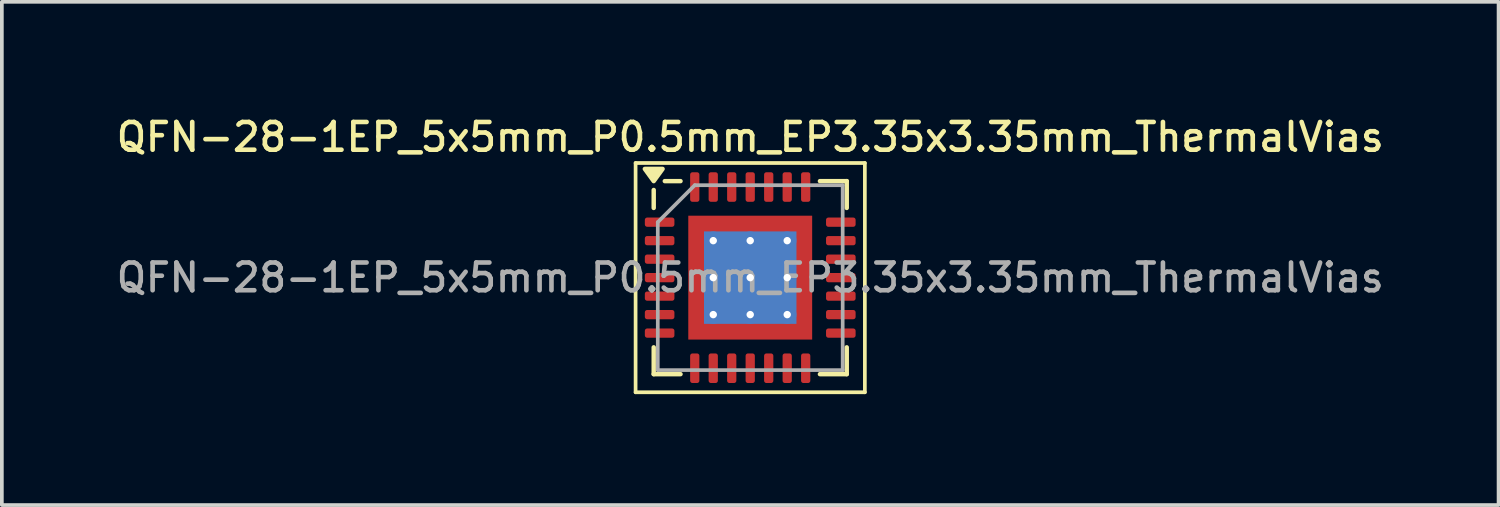
<source format=kicad_pcb>
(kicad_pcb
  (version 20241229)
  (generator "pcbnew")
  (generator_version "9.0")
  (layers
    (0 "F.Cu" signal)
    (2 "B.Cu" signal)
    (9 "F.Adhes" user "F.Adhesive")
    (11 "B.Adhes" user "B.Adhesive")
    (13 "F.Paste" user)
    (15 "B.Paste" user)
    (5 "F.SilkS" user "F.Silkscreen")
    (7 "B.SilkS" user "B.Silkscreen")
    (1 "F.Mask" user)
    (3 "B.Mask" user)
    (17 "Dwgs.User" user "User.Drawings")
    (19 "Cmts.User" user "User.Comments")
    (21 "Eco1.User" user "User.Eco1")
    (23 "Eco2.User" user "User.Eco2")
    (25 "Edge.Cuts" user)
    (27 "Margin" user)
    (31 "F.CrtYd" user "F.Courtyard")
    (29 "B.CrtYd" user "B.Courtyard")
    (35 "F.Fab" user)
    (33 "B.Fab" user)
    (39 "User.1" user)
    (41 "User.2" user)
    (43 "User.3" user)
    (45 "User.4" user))
  (footprint "QFN-28-1EP_5x5mm_P0.5mm_EP3.35x3.35mm_ThermalVias"
    (layer "F.Cu")
    (at 17.238 4.458)
    (property "Reference" "QFN-28-1EP_5x5mm_P0.5mm_EP3.35x3.35mm_ThermalVias" (at 0 -3.8 0) (layer "F.SilkS") (effects (font (size 0.75 0.75) (thickness 0.125))))
    (attr smd)
    (fp_line (start -3.1 -3.1) (end -3.1 3.1) (stroke (width 0.1) (type solid)) (layer "F.SilkS"))
    (fp_line (start -3.1 3.1) (end 3.1 3.1) (stroke (width 0.1) (type solid)) (layer "F.SilkS"))
    (fp_line (start -2.61 -1.885) (end -2.61 -2.37) (stroke (width 0.12) (type solid)) (layer "F.SilkS"))
    (fp_line (start -2.61 2.61) (end -2.61 1.885) (stroke (width 0.12) (type solid)) (layer "F.SilkS"))
    (fp_line (start -1.885 -2.61) (end -2.31 -2.61) (stroke (width 0.12) (type solid)) (layer "F.SilkS"))
    (fp_line (start -1.885 2.61) (end -2.61 2.61) (stroke (width 0.12) (type solid)) (layer "F.SilkS"))
    (fp_line (start 1.885 -2.61) (end 2.61 -2.61) (stroke (width 0.12) (type solid)) (layer "F.SilkS"))
    (fp_line (start 1.885 2.61) (end 2.61 2.61) (stroke (width 0.12) (type solid)) (layer "F.SilkS"))
    (fp_line (start 2.61 -2.61) (end 2.61 -1.885) (stroke (width 0.12) (type solid)) (layer "F.SilkS"))
    (fp_line (start 2.61 2.61) (end 2.61 1.885) (stroke (width 0.12) (type solid)) (layer "F.SilkS"))
    (fp_line (start 3.1 -3.1) (end -3.1 -3.1) (stroke (width 0.1) (type solid)) (layer "F.SilkS"))
    (fp_line (start 3.1 3.1) (end 3.1 -3.1) (stroke (width 0.1) (type solid)) (layer "F.SilkS"))
    (fp_poly (pts (xy -2.61 -2.61) (xy -2.85 -2.94) (xy -2.37 -2.94) (xy -2.61 -2.61)) (stroke (width 0.12) (type solid)) (fill yes) (layer "F.SilkS"))
    (fp_line (start -2.5 -1.5) (end -1.5 -2.5) (stroke (width 0.1) (type solid)) (layer "F.Fab"))
    (fp_line (start -2.5 2.5) (end -2.5 -1.5) (stroke (width 0.1) (type solid)) (layer "F.Fab"))
    (fp_line (start -1.5 -2.5) (end 2.5 -2.5) (stroke (width 0.1) (type solid)) (layer "F.Fab"))
    (fp_line (start 2.5 -2.5) (end 2.5 2.5) (stroke (width 0.1) (type solid)) (layer "F.Fab"))
    (fp_line (start 2.5 2.5) (end -2.5 2.5) (stroke (width 0.1) (type solid)) (layer "F.Fab"))
    (fp_text user "${REFERENCE}" (at 0 0 0) (layer "F.Fab") (effects (font (size 0.75 0.75) (thickness 0.125))))
    (pad "" smd custom (at -1.337 -1.337) (size 0.437 0.437) (layers "F.Paste") (options (anchor circle)) (primitives (gr_poly (pts (xy -0.165 -0.165) (xy 0.165 -0.165) (xy 0.165 0.076) (xy 0.076 0.165) (xy -0.165 0.165)) (width 0.215) (fill yes))))
    (pad "" smd custom (at -1.337 -0.5) (size 0.459 0.459) (layers "F.Paste") (options (anchor circle)) (primitives (gr_poly (pts (xy -0.187 -0.318) (xy 0.116 -0.318) (xy 0.187 -0.247) (xy 0.187 0.247) (xy 0.116 0.318) (xy -0.187 0.318)) (width 0.17) (fill yes))))
    (pad "" smd custom (at -1.337 0.5) (size 0.459 0.459) (layers "F.Paste") (options (anchor circle)) (primitives (gr_poly (pts (xy -0.187 -0.318) (xy 0.116 -0.318) (xy 0.187 -0.247) (xy 0.187 0.247) (xy 0.116 0.318) (xy -0.187 0.318)) (width 0.17) (fill yes))))
    (pad "" smd custom (at -1.337 1.337) (size 0.437 0.437) (layers "F.Paste") (options (anchor circle)) (primitives (gr_poly (pts (xy -0.165 -0.165) (xy 0.076 -0.165) (xy 0.165 -0.076) (xy 0.165 0.165) (xy -0.165 0.165)) (width 0.215) (fill yes))))
    (pad "" smd custom (at -0.5 -1.337) (size 0.459 0.459) (layers "F.Paste") (options (anchor circle)) (primitives (gr_poly (pts (xy -0.318 -0.187) (xy 0.318 -0.187) (xy 0.318 0.116) (xy 0.247 0.187) (xy -0.247 0.187) (xy -0.318 0.116)) (width 0.17) (fill yes))))
    (pad "" smd roundrect (at -0.5 -0.5) (size 0.806 0.806) (layers "F.Paste") (roundrect_rratio 0.25))
    (pad "" smd roundrect (at -0.5 0.5) (size 0.806 0.806) (layers "F.Paste") (roundrect_rratio 0.25))
    (pad "" smd custom (at -0.5 1.337) (size 0.459 0.459) (layers "F.Paste") (options (anchor circle)) (primitives (gr_poly (pts (xy -0.318 -0.116) (xy -0.247 -0.187) (xy 0.247 -0.187) (xy 0.318 -0.116) (xy 0.318 0.187) (xy -0.318 0.187)) (width 0.17) (fill yes))))
    (pad "" smd custom (at 0.5 -1.337) (size 0.459 0.459) (layers "F.Paste") (options (anchor circle)) (primitives (gr_poly (pts (xy -0.318 -0.187) (xy 0.318 -0.187) (xy 0.318 0.116) (xy 0.247 0.187) (xy -0.247 0.187) (xy -0.318 0.116)) (width 0.17) (fill yes))))
    (pad "" smd roundrect (at 0.5 -0.5) (size 0.806 0.806) (layers "F.Paste") (roundrect_rratio 0.25))
    (pad "" smd roundrect (at 0.5 0.5) (size 0.806 0.806) (layers "F.Paste") (roundrect_rratio 0.25))
    (pad "" smd custom (at 0.5 1.337) (size 0.459 0.459) (layers "F.Paste") (options (anchor circle)) (primitives (gr_poly (pts (xy -0.318 -0.116) (xy -0.247 -0.187) (xy 0.247 -0.187) (xy 0.318 -0.116) (xy 0.318 0.187) (xy -0.318 0.187)) (width 0.17) (fill yes))))
    (pad "" smd custom (at 1.337 -1.337) (size 0.437 0.437) (layers "F.Paste") (options (anchor circle)) (primitives (gr_poly (pts (xy -0.165 -0.165) (xy 0.165 -0.165) (xy 0.165 0.165) (xy -0.076 0.165) (xy -0.165 0.076)) (width 0.215) (fill yes))))
    (pad "" smd custom (at 1.337 -0.5) (size 0.459 0.459) (layers "F.Paste") (options (anchor circle)) (primitives (gr_poly (pts (xy -0.187 -0.247) (xy -0.116 -0.318) (xy 0.187 -0.318) (xy 0.187 0.318) (xy -0.116 0.318) (xy -0.187 0.247)) (width 0.17) (fill yes))))
    (pad "" smd custom (at 1.337 0.5) (size 0.459 0.459) (layers "F.Paste") (options (anchor circle)) (primitives (gr_poly (pts (xy -0.187 -0.247) (xy -0.116 -0.318) (xy 0.187 -0.318) (xy 0.187 0.318) (xy -0.116 0.318) (xy -0.187 0.247)) (width 0.17) (fill yes))))
    (pad "" smd custom (at 1.337 1.337) (size 0.437 0.437) (layers "F.Paste") (options (anchor circle)) (primitives (gr_poly (pts (xy -0.165 -0.076) (xy -0.076 -0.165) (xy 0.165 -0.165) (xy 0.165 0.165) (xy -0.165 0.165)) (width 0.215) (fill yes))))
    (pad "1" smd roundrect (at -2.45 -1.5) (size 0.8 0.25) (layers "F.Cu" "F.Mask" "F.Paste") (roundrect_rratio 0.25))
    (pad "2" smd roundrect (at -2.45 -1) (size 0.8 0.25) (layers "F.Cu" "F.Mask" "F.Paste") (roundrect_rratio 0.25))
    (pad "3" smd roundrect (at -2.45 -0.5) (size 0.8 0.25) (layers "F.Cu" "F.Mask" "F.Paste") (roundrect_rratio 0.25))
    (pad "4" smd roundrect (at -2.45 0) (size 0.8 0.25) (layers "F.Cu" "F.Mask" "F.Paste") (roundrect_rratio 0.25))
    (pad "5" smd roundrect (at -2.45 0.5) (size 0.8 0.25) (layers "F.Cu" "F.Mask" "F.Paste") (roundrect_rratio 0.25))
    (pad "6" smd roundrect (at -2.45 1) (size 0.8 0.25) (layers "F.Cu" "F.Mask" "F.Paste") (roundrect_rratio 0.25))
    (pad "7" smd roundrect (at -2.45 1.5) (size 0.8 0.25) (layers "F.Cu" "F.Mask" "F.Paste") (roundrect_rratio 0.25))
    (pad "8" smd roundrect (at -1.5 2.45) (size 0.25 0.8) (layers "F.Cu" "F.Mask" "F.Paste") (roundrect_rratio 0.25))
    (pad "9" smd roundrect (at -1 2.45) (size 0.25 0.8) (layers "F.Cu" "F.Mask" "F.Paste") (roundrect_rratio 0.25))
    (pad "10" smd roundrect (at -0.5 2.45) (size 0.25 0.8) (layers "F.Cu" "F.Mask" "F.Paste") (roundrect_rratio 0.25))
    (pad "11" smd roundrect (at 0 2.45) (size 0.25 0.8) (layers "F.Cu" "F.Mask" "F.Paste") (roundrect_rratio 0.25))
    (pad "12" smd roundrect (at 0.5 2.45) (size 0.25 0.8) (layers "F.Cu" "F.Mask" "F.Paste") (roundrect_rratio 0.25))
    (pad "13" smd roundrect (at 1 2.45) (size 0.25 0.8) (layers "F.Cu" "F.Mask" "F.Paste") (roundrect_rratio 0.25))
    (pad "14" smd roundrect (at 1.5 2.45) (size 0.25 0.8) (layers "F.Cu" "F.Mask" "F.Paste") (roundrect_rratio 0.25))
    (pad "15" smd roundrect (at 2.45 1.5) (size 0.8 0.25) (layers "F.Cu" "F.Mask" "F.Paste") (roundrect_rratio 0.25))
    (pad "16" smd roundrect (at 2.45 1) (size 0.8 0.25) (layers "F.Cu" "F.Mask" "F.Paste") (roundrect_rratio 0.25))
    (pad "17" smd roundrect (at 2.45 0.5) (size 0.8 0.25) (layers "F.Cu" "F.Mask" "F.Paste") (roundrect_rratio 0.25))
    (pad "18" smd roundrect (at 2.45 0) (size 0.8 0.25) (layers "F.Cu" "F.Mask" "F.Paste") (roundrect_rratio 0.25))
    (pad "19" smd roundrect (at 2.45 -0.5) (size 0.8 0.25) (layers "F.Cu" "F.Mask" "F.Paste") (roundrect_rratio 0.25))
    (pad "20" smd roundrect (at 2.45 -1) (size 0.8 0.25) (layers "F.Cu" "F.Mask" "F.Paste") (roundrect_rratio 0.25))
    (pad "21" smd roundrect (at 2.45 -1.5) (size 0.8 0.25) (layers "F.Cu" "F.Mask" "F.Paste") (roundrect_rratio 0.25))
    (pad "22" smd roundrect (at 1.5 -2.45) (size 0.25 0.8) (layers "F.Cu" "F.Mask" "F.Paste") (roundrect_rratio 0.25))
    (pad "23" smd roundrect (at 1 -2.45) (size 0.25 0.8) (layers "F.Cu" "F.Mask" "F.Paste") (roundrect_rratio 0.25))
    (pad "24" smd roundrect (at 0.5 -2.45) (size 0.25 0.8) (layers "F.Cu" "F.Mask" "F.Paste") (roundrect_rratio 0.25))
    (pad "25" smd roundrect (at 0 -2.45) (size 0.25 0.8) (layers "F.Cu" "F.Mask" "F.Paste") (roundrect_rratio 0.25))
    (pad "26" smd roundrect (at -0.5 -2.45) (size 0.25 0.8) (layers "F.Cu" "F.Mask" "F.Paste") (roundrect_rratio 0.25))
    (pad "27" smd roundrect (at -1 -2.45) (size 0.25 0.8) (layers "F.Cu" "F.Mask" "F.Paste") (roundrect_rratio 0.25))
    (pad "28" smd roundrect (at -1.5 -2.45) (size 0.25 0.8) (layers "F.Cu" "F.Mask" "F.Paste") (roundrect_rratio 0.25))
    (pad "29" thru_hole circle (at -1 -1) (size 0.5 0.5) (drill 0.2) (property pad_prop_heatsink) (layers "*.Cu"))
    (pad "29" thru_hole circle (at -1 0) (size 0.5 0.5) (drill 0.2) (property pad_prop_heatsink) (layers "*.Cu"))
    (pad "29" thru_hole circle (at -1 1) (size 0.5 0.5) (drill 0.2) (property pad_prop_heatsink) (layers "*.Cu"))
    (pad "29" thru_hole circle (at 0 -1) (size 0.5 0.5) (drill 0.2) (property pad_prop_heatsink) (layers "*.Cu"))
    (pad "29" thru_hole circle (at 0 0) (size 0.5 0.5) (drill 0.2) (property pad_prop_heatsink) (layers "*.Cu"))
    (pad "29" smd rect (at 0 0) (size 2.5 2.5) (property pad_prop_heatsink) (layers "B.Cu"))
    (pad "29" smd rect (at 0 0) (size 3.35 3.35) (property pad_prop_heatsink) (layers "F.Cu" "F.Mask"))
    (pad "29" thru_hole circle (at 0 1) (size 0.5 0.5) (drill 0.2) (property pad_prop_heatsink) (layers "*.Cu"))
    (pad "29" thru_hole circle (at 1 -1) (size 0.5 0.5) (drill 0.2) (property pad_prop_heatsink) (layers "*.Cu"))
    (pad "29" thru_hole circle (at 1 0) (size 0.5 0.5) (drill 0.2) (property pad_prop_heatsink) (layers "*.Cu"))
    (pad "29" thru_hole circle (at 1 1) (size 0.5 0.5) (drill 0.2) (property pad_prop_heatsink) (layers "*.Cu")))
  (gr_rect
    (start -3 -3)
    (end 37.475 10.608)
    (stroke (width 0.1) (type default))
    (fill no)
    (layer "Edge.Cuts")))
</source>
